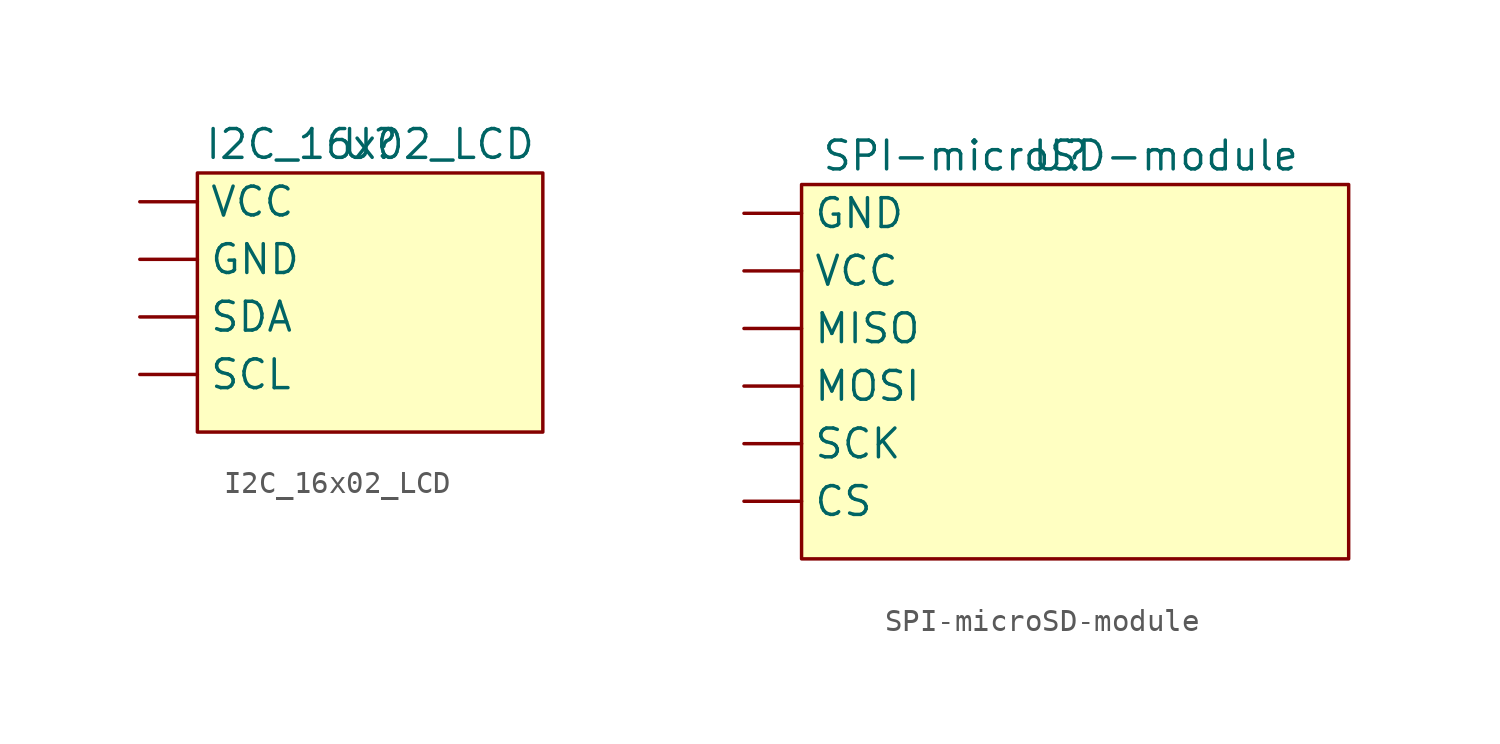
<source format=kicad_sym>
(kicad_symbol_lib
  (version 20211014)
  (generator kicad_symbol_editor)
  (symbol "I2C_16x02_LCD"
    (property "Reference" "U"
      (at 0 0 0)
      (effects (font (size 1.27 1.27))))
    (property "Value" "I2C_16x02_LCD"
      (at 0 0 0)
      (effects (font (size 1.27 1.27))))
    (symbol "I2C_16x02_LCD_0_1"
      (rectangle (start -7.62 -1.27) (end 7.62 -12.7) (stroke (width 0) (type default) (color 0 0 0 0)) (fill (type background))))
    (symbol "I2C_16x02_LCD_1_1"
      (pin input line (at -10.16 -5.08 0) (length 2.54) (name "GND" (effects (font (size 1.27 1.27)))) (number "" (effects (font (size 1.27 1.27)))))
      (pin input line (at -10.16 -10.16 0) (length 2.54) (name "SCL" (effects (font (size 1.27 1.27)))) (number "" (effects (font (size 1.27 1.27)))))
      (pin input line (at -10.16 -7.62 0) (length 2.54) (name "SDA" (effects (font (size 1.27 1.27)))) (number "" (effects (font (size 1.27 1.27)))))
      (pin input line (at -10.16 -2.54 0) (length 2.54) (name "VCC" (effects (font (size 1.27 1.27)))) (number "" (effects (font (size 1.27 1.27)))))))
  (symbol "SPI-microSD-module"
    (property "Reference" "U"
      (at 0 0 0)
      (effects (font (size 1.27 1.27))))
    (property "Value" "SPI-microSD-module"
      (at 0 0 0)
      (effects (font (size 1.27 1.27))))
    (symbol "SPI-microSD-module_0_1"
      (rectangle (start -11.43 -1.27) (end 12.7 -17.78) (stroke (width 0) (type default) (color 0 0 0 0)) (fill (type background))))
    (symbol "SPI-microSD-module_1_1"
      (pin input line (at -13.97 -15.24 0) (length 2.54) (name "CS" (effects (font (size 1.27 1.27)))) (number "" (effects (font (size 1.27 1.27)))))
      (pin input line (at -13.97 -2.54 0) (length 2.54) (name "GND" (effects (font (size 1.27 1.27)))) (number "" (effects (font (size 1.27 1.27)))))
      (pin input line (at -13.97 -7.62 0) (length 2.54) (name "MISO" (effects (font (size 1.27 1.27)))) (number "" (effects (font (size 1.27 1.27)))))
      (pin input line (at -13.97 -10.16 0) (length 2.54) (name "MOSI" (effects (font (size 1.27 1.27)))) (number "" (effects (font (size 1.27 1.27)))))
      (pin input line (at -13.97 -12.7 0) (length 2.54) (name "SCK" (effects (font (size 1.27 1.27)))) (number "" (effects (font (size 1.27 1.27)))))
      (pin input line (at -13.97 -5.08 0) (length 2.54) (name "VCC" (effects (font (size 1.27 1.27)))) (number "" (effects (font (size 1.27 1.27))))))))
</source>
